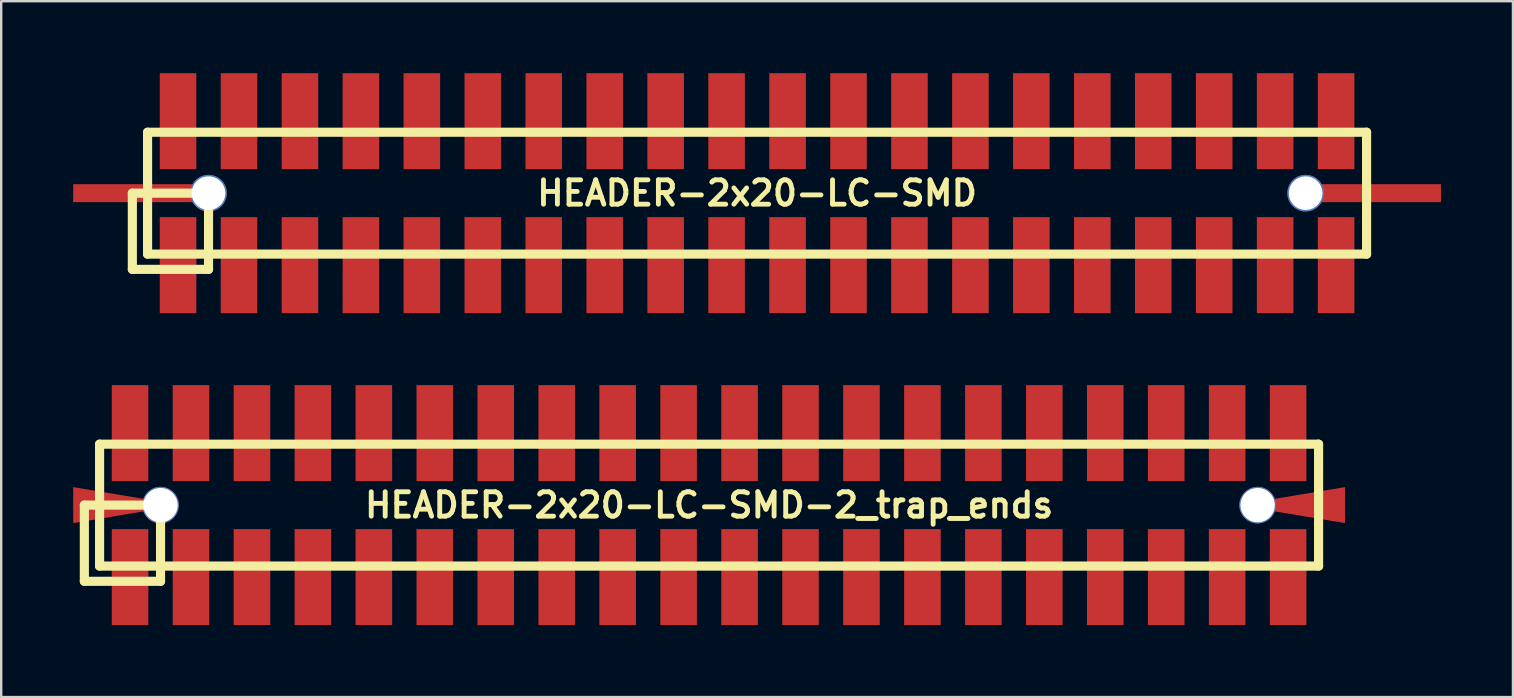
<source format=kicad_pcb>
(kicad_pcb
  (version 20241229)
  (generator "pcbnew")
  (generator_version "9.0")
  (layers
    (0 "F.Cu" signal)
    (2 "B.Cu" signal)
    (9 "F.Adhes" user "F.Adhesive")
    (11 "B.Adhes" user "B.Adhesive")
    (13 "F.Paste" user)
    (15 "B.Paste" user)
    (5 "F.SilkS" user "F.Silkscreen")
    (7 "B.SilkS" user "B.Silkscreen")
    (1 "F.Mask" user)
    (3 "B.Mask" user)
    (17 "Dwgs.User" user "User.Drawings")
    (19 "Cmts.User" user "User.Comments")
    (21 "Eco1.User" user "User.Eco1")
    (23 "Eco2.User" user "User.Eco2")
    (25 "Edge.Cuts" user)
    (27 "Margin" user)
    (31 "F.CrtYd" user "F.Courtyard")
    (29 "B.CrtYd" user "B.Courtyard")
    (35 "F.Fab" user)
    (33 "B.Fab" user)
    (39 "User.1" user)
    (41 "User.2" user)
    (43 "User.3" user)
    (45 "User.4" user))
  (footprint "HEADER-2x20-LC-SMD-2_trap_ends"
    (layer "F.Cu")
    (at 26.5 18)
    (property "Reference" "HEADER-2x20-LC-SMD-2_trap_ends" (at 0 0 0) (layer "F.SilkS") (effects (font (size 1.016 1.016) (thickness 0.203))))
    (attr smd)
    (fp_line (start -26.035 0) (end -26.035 3.175) (stroke (width 0.381) (type solid)) (layer "F.SilkS"))
    (fp_line (start -26.035 3.175) (end -22.86 3.175) (stroke (width 0.381) (type solid)) (layer "F.SilkS"))
    (fp_line (start -25.4 -2.54) (end 25.4 -2.54) (stroke (width 0.381) (type solid)) (layer "F.SilkS"))
    (fp_line (start -25.4 2.54) (end -25.4 -2.54) (stroke (width 0.381) (type solid)) (layer "F.SilkS"))
    (fp_line (start -22.86 0) (end -26.035 0) (stroke (width 0.381) (type solid)) (layer "F.SilkS"))
    (fp_line (start -22.86 3.175) (end -22.86 0) (stroke (width 0.381) (type solid)) (layer "F.SilkS"))
    (fp_line (start 25.4 -2.54) (end 25.4 2.54) (stroke (width 0.381) (type solid)) (layer "F.SilkS"))
    (fp_line (start 25.4 2.54) (end -25.4 2.54) (stroke (width 0.381) (type solid)) (layer "F.SilkS"))
    (pad "1" smd rect (at -24.13 3) (size 1.524 4) (layers "F.Cu" "F.Mask" "F.Paste"))
    (pad "1" smd trapezoid (at 25 0) (size 3 1) (rect_delta -0.5 0) (layers "F.Cu" "F.Mask" "F.Paste"))
    (pad "2" smd trapezoid (at -25 0) (size 3 1) (rect_delta 0.5 0) (layers "F.Cu" "F.Mask" "F.Paste"))
    (pad "2" smd rect (at -24.13 -3) (size 1.524 4) (layers "F.Cu" "F.Mask" "F.Paste"))
    (pad "3" smd rect (at -21.59 3) (size 1.524 4) (layers "F.Cu" "F.Mask" "F.Paste"))
    (pad "4" smd rect (at -21.59 -3) (size 1.524 4) (layers "F.Cu" "F.Mask" "F.Paste"))
    (pad "5" smd rect (at -19.05 3) (size 1.524 4) (layers "F.Cu" "F.Mask" "F.Paste"))
    (pad "6" smd rect (at -19.05 -3) (size 1.524 4) (layers "F.Cu" "F.Mask" "F.Paste"))
    (pad "7" smd rect (at -16.51 3) (size 1.524 4) (layers "F.Cu" "F.Mask" "F.Paste"))
    (pad "8" smd rect (at -16.51 -3) (size 1.524 4) (layers "F.Cu" "F.Mask" "F.Paste"))
    (pad "9" smd rect (at -13.97 3) (size 1.524 4) (layers "F.Cu" "F.Mask" "F.Paste"))
    (pad "10" smd rect (at -13.97 -3) (size 1.524 4) (layers "F.Cu" "F.Mask" "F.Paste"))
    (pad "11" smd rect (at -11.43 3) (size 1.524 4) (layers "F.Cu" "F.Mask" "F.Paste"))
    (pad "12" smd rect (at -11.43 -3) (size 1.524 4) (layers "F.Cu" "F.Mask" "F.Paste"))
    (pad "13" smd rect (at -8.89 3) (size 1.524 4) (layers "F.Cu" "F.Mask" "F.Paste"))
    (pad "14" smd rect (at -8.89 -3) (size 1.524 4) (layers "F.Cu" "F.Mask" "F.Paste"))
    (pad "15" smd rect (at -6.35 3) (size 1.524 4) (layers "F.Cu" "F.Mask" "F.Paste"))
    (pad "16" smd rect (at -6.35 -3) (size 1.524 4) (layers "F.Cu" "F.Mask" "F.Paste"))
    (pad "17" smd rect (at -3.81 3) (size 1.524 4) (layers "F.Cu" "F.Mask" "F.Paste"))
    (pad "18" smd rect (at -3.81 -3) (size 1.524 4) (layers "F.Cu" "F.Mask" "F.Paste"))
    (pad "19" smd rect (at -1.27 3) (size 1.524 4) (layers "F.Cu" "F.Mask" "F.Paste"))
    (pad "20" smd rect (at -1.27 -3) (size 1.524 4) (layers "F.Cu" "F.Mask" "F.Paste"))
    (pad "21" smd rect (at 1.27 3) (size 1.524 4) (layers "F.Cu" "F.Mask" "F.Paste"))
    (pad "22" smd rect (at 1.27 -3) (size 1.524 4) (layers "F.Cu" "F.Mask" "F.Paste"))
    (pad "23" smd rect (at 3.81 3) (size 1.524 4) (layers "F.Cu" "F.Mask" "F.Paste"))
    (pad "24" smd rect (at 3.81 -3) (size 1.524 4) (layers "F.Cu" "F.Mask" "F.Paste"))
    (pad "25" smd rect (at 6.35 3) (size 1.524 4) (layers "F.Cu" "F.Mask" "F.Paste"))
    (pad "26" smd rect (at 6.35 -3) (size 1.524 4) (layers "F.Cu" "F.Mask" "F.Paste"))
    (pad "27" smd rect (at 8.89 3) (size 1.524 4) (layers "F.Cu" "F.Mask" "F.Paste"))
    (pad "28" smd rect (at 8.89 -3) (size 1.524 4) (layers "F.Cu" "F.Mask" "F.Paste"))
    (pad "29" smd rect (at 11.43 3) (size 1.524 4) (layers "F.Cu" "F.Mask" "F.Paste"))
    (pad "30" smd rect (at 11.43 -3) (size 1.524 4) (layers "F.Cu" "F.Mask" "F.Paste"))
    (pad "31" smd rect (at 13.97 3) (size 1.524 4) (layers "F.Cu" "F.Mask" "F.Paste"))
    (pad "32" smd rect (at 13.97 -3) (size 1.524 4) (layers "F.Cu" "F.Mask" "F.Paste"))
    (pad "33" smd rect (at 16.51 3) (size 1.524 4) (layers "F.Cu" "F.Mask" "F.Paste"))
    (pad "34" smd rect (at 16.51 -3) (size 1.524 4) (layers "F.Cu" "F.Mask" "F.Paste"))
    (pad "35" smd rect (at 19.05 3) (size 1.524 4) (layers "F.Cu" "F.Mask" "F.Paste"))
    (pad "36" smd rect (at 19.05 -3) (size 1.524 4) (layers "F.Cu" "F.Mask" "F.Paste"))
    (pad "37" smd rect (at 21.59 3) (size 1.524 4) (layers "F.Cu" "F.Mask" "F.Paste"))
    (pad "38" smd rect (at 21.59 -3) (size 1.524 4) (layers "F.Cu" "F.Mask" "F.Paste"))
    (pad "39" smd rect (at 24.13 3) (size 1.524 4) (layers "F.Cu" "F.Mask" "F.Paste"))
    (pad "40" smd rect (at 24.13 -3) (size 1.524 4) (layers "F.Cu" "F.Mask" "F.Paste"))
    (pad "mnt" thru_hole circle (at -22.86 0) (size 1.524 1.524) (drill 1.43) (layers "*.Cu" "*.Mask"))
    (pad "mnt" thru_hole circle (at 22.86 0) (size 1.524 1.524) (drill 1.43) (layers "*.Cu" "*.Mask")))
  (footprint "HEADER-2x20-LC-SMD"
    (layer "F.Cu")
    (at 28.5 5)
    (property "Reference" "HEADER-2x20-LC-SMD" (at 0 0 0) (layer "F.SilkS") (effects (font (size 1.016 1.016) (thickness 0.203))))
    (attr smd)
    (fp_line (start -26.035 0) (end -26.035 3.175) (stroke (width 0.381) (type solid)) (layer "F.SilkS"))
    (fp_line (start -26.035 3.175) (end -22.86 3.175) (stroke (width 0.381) (type solid)) (layer "F.SilkS"))
    (fp_line (start -25.4 -2.54) (end 25.4 -2.54) (stroke (width 0.381) (type solid)) (layer "F.SilkS"))
    (fp_line (start -25.4 2.54) (end -25.4 -2.54) (stroke (width 0.381) (type solid)) (layer "F.SilkS"))
    (fp_line (start -22.86 0) (end -26.035 0) (stroke (width 0.381) (type solid)) (layer "F.SilkS"))
    (fp_line (start -22.86 3.175) (end -22.86 0) (stroke (width 0.381) (type solid)) (layer "F.SilkS"))
    (fp_line (start 25.4 -2.54) (end 25.4 2.54) (stroke (width 0.381) (type solid)) (layer "F.SilkS"))
    (fp_line (start 25.4 2.54) (end -25.4 2.54) (stroke (width 0.381) (type solid)) (layer "F.SilkS"))
    (pad "1" smd rect (at -24.13 3) (size 1.524 4) (layers "F.Cu" "F.Mask" "F.Paste"))
    (pad "1" smd rect (at 26 0) (size 5 0.75) (layers "F.Cu" "F.Mask" "F.Paste"))
    (pad "2" smd rect (at -26 0) (size 5 0.75) (layers "F.Cu" "F.Mask" "F.Paste"))
    (pad "2" smd rect (at -24.13 -3) (size 1.524 4) (layers "F.Cu" "F.Mask" "F.Paste"))
    (pad "3" smd rect (at -21.59 3) (size 1.524 4) (layers "F.Cu" "F.Mask" "F.Paste"))
    (pad "4" smd rect (at -21.59 -3) (size 1.524 4) (layers "F.Cu" "F.Mask" "F.Paste"))
    (pad "5" smd rect (at -19.05 3) (size 1.524 4) (layers "F.Cu" "F.Mask" "F.Paste"))
    (pad "6" smd rect (at -19.05 -3) (size 1.524 4) (layers "F.Cu" "F.Mask" "F.Paste"))
    (pad "7" smd rect (at -16.51 3) (size 1.524 4) (layers "F.Cu" "F.Mask" "F.Paste"))
    (pad "8" smd rect (at -16.51 -3) (size 1.524 4) (layers "F.Cu" "F.Mask" "F.Paste"))
    (pad "9" smd rect (at -13.97 3) (size 1.524 4) (layers "F.Cu" "F.Mask" "F.Paste"))
    (pad "10" smd rect (at -13.97 -3) (size 1.524 4) (layers "F.Cu" "F.Mask" "F.Paste"))
    (pad "11" smd rect (at -11.43 3) (size 1.524 4) (layers "F.Cu" "F.Mask" "F.Paste"))
    (pad "12" smd rect (at -11.43 -3) (size 1.524 4) (layers "F.Cu" "F.Mask" "F.Paste"))
    (pad "13" smd rect (at -8.89 3) (size 1.524 4) (layers "F.Cu" "F.Mask" "F.Paste"))
    (pad "14" smd rect (at -8.89 -3) (size 1.524 4) (layers "F.Cu" "F.Mask" "F.Paste"))
    (pad "15" smd rect (at -6.35 3) (size 1.524 4) (layers "F.Cu" "F.Mask" "F.Paste"))
    (pad "16" smd rect (at -6.35 -3) (size 1.524 4) (layers "F.Cu" "F.Mask" "F.Paste"))
    (pad "17" smd rect (at -3.81 3) (size 1.524 4) (layers "F.Cu" "F.Mask" "F.Paste"))
    (pad "18" smd rect (at -3.81 -3) (size 1.524 4) (layers "F.Cu" "F.Mask" "F.Paste"))
    (pad "19" smd rect (at -1.27 3) (size 1.524 4) (layers "F.Cu" "F.Mask" "F.Paste"))
    (pad "20" smd rect (at -1.27 -3) (size 1.524 4) (layers "F.Cu" "F.Mask" "F.Paste"))
    (pad "21" smd rect (at 1.27 3) (size 1.524 4) (layers "F.Cu" "F.Mask" "F.Paste"))
    (pad "22" smd rect (at 1.27 -3) (size 1.524 4) (layers "F.Cu" "F.Mask" "F.Paste"))
    (pad "23" smd rect (at 3.81 3) (size 1.524 4) (layers "F.Cu" "F.Mask" "F.Paste"))
    (pad "24" smd rect (at 3.81 -3) (size 1.524 4) (layers "F.Cu" "F.Mask" "F.Paste"))
    (pad "25" smd rect (at 6.35 3) (size 1.524 4) (layers "F.Cu" "F.Mask" "F.Paste"))
    (pad "26" smd rect (at 6.35 -3) (size 1.524 4) (layers "F.Cu" "F.Mask" "F.Paste"))
    (pad "27" smd rect (at 8.89 3) (size 1.524 4) (layers "F.Cu" "F.Mask" "F.Paste"))
    (pad "28" smd rect (at 8.89 -3) (size 1.524 4) (layers "F.Cu" "F.Mask" "F.Paste"))
    (pad "29" smd rect (at 11.43 3) (size 1.524 4) (layers "F.Cu" "F.Mask" "F.Paste"))
    (pad "30" smd rect (at 11.43 -3) (size 1.524 4) (layers "F.Cu" "F.Mask" "F.Paste"))
    (pad "31" smd rect (at 13.97 3) (size 1.524 4) (layers "F.Cu" "F.Mask" "F.Paste"))
    (pad "32" smd rect (at 13.97 -3) (size 1.524 4) (layers "F.Cu" "F.Mask" "F.Paste"))
    (pad "33" smd rect (at 16.51 3) (size 1.524 4) (layers "F.Cu" "F.Mask" "F.Paste"))
    (pad "34" smd rect (at 16.51 -3) (size 1.524 4) (layers "F.Cu" "F.Mask" "F.Paste"))
    (pad "35" smd rect (at 19.05 3) (size 1.524 4) (layers "F.Cu" "F.Mask" "F.Paste"))
    (pad "36" smd rect (at 19.05 -3) (size 1.524 4) (layers "F.Cu" "F.Mask" "F.Paste"))
    (pad "37" smd rect (at 21.59 3) (size 1.524 4) (layers "F.Cu" "F.Mask" "F.Paste"))
    (pad "38" smd rect (at 21.59 -3) (size 1.524 4) (layers "F.Cu" "F.Mask" "F.Paste"))
    (pad "39" smd rect (at 24.13 3) (size 1.524 4) (layers "F.Cu" "F.Mask" "F.Paste"))
    (pad "40" smd rect (at 24.13 -3) (size 1.524 4) (layers "F.Cu" "F.Mask" "F.Paste"))
    (pad "mnt" thru_hole circle (at -22.86 0) (size 1.524 1.524) (drill 1.4) (layers "*.Cu" "*.Mask"))
    (pad "mnt" thru_hole circle (at 22.86 0) (size 1.524 1.524) (drill 1.4) (layers "*.Cu" "*.Mask")))
  (gr_rect
    (start -3 -3)
    (end 60 26)
    (stroke (width 0.1) (type default))
    (fill no)
    (layer "Edge.Cuts")))
</source>
